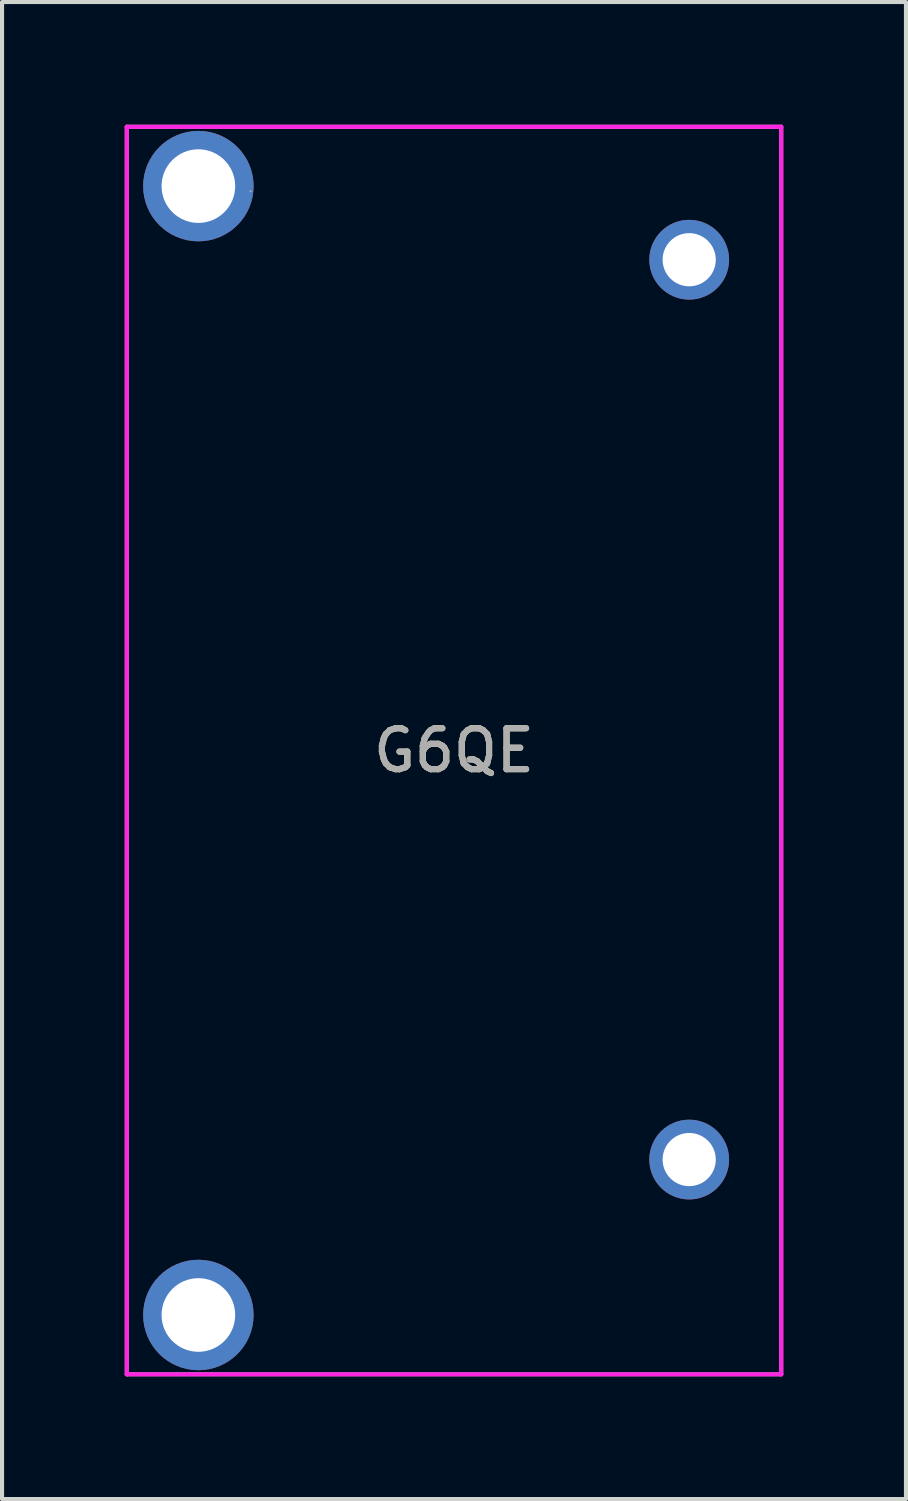
<source format=kicad_pcb>
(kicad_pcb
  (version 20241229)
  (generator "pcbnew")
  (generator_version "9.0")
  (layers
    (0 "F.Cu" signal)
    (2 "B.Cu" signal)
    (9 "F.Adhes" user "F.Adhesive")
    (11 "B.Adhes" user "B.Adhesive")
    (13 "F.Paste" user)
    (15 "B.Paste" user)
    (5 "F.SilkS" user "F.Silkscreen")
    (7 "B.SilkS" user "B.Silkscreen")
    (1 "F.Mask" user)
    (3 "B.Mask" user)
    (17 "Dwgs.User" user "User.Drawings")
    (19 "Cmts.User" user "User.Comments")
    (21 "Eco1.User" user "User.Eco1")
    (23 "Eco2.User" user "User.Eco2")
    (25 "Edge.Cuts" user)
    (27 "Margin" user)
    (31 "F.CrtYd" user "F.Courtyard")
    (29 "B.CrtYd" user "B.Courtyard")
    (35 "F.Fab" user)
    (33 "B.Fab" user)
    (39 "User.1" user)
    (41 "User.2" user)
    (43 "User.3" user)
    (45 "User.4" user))
  (footprint "G6QE"
    (layer "F.Cu")
    (at 8.05 15.3)
    (property "Reference" "G6QE" (at 0 0 0) (unlocked yes) (layer "F.SilkS") (effects (font (size 1 1) (thickness 0.15))))
    (attr through_hole)
    (fp_line (start -8 -15.25) (end 8 -15.25) (stroke (width 0.1) (type solid)) (layer "F.CrtYd"))
    (fp_line (start -8 15.25) (end -8 -15.25) (stroke (width 0.1) (type solid)) (layer "F.CrtYd"))
    (fp_line (start 8 -15.25) (end 8 15.25) (stroke (width 0.1) (type solid)) (layer "F.CrtYd"))
    (fp_line (start 8 15.25) (end -8 15.25) (stroke (width 0.1) (type solid)) (layer "F.CrtYd"))
    (fp_line (start -8 -15.25) (end -8 15.25) (stroke (width 0.1) (type solid)) (layer "F.Fab"))
    (fp_line (start -8 15.25) (end 8 15.25) (stroke (width 0.1) (type solid)) (layer "F.Fab"))
    (fp_line (start 8 -15.25) (end -8 -15.25) (stroke (width 0.1) (type solid)) (layer "F.Fab"))
    (fp_line (start 8 15.25) (end 8 -15.25) (stroke (width 0.1) (type solid)) (layer "F.Fab"))
    (fp_circle (center -4.973 -13.675) (end -4.973 -13.675) (stroke (width 0.025) (type solid)) (fill no) (layer "F.Fab"))
    (fp_text user "${REFERENCE}" (at 0 0 0) (unlocked yes) (layer "F.Fab") (effects (font (size 1 1) (thickness 0.15))))
    (pad "1" thru_hole circle (at 5.75 -12) (size 1.95 1.95) (drill 1.3) (layers "*.Cu" "*.Mask"))
    (pad "2" thru_hole circle (at 5.75 10) (size 1.95 1.95) (drill 1.3) (layers "*.Cu" "*.Mask"))
    (pad "3" thru_hole circle (at -6.25 13.8) (size 2.7 2.7) (drill 1.8) (layers "*.Cu" "*.Mask"))
    (pad "4" thru_hole circle (at -6.25 -13.8) (size 2.7 2.7) (drill 1.8) (layers "*.Cu" "*.Mask")))
  (gr_rect
    (start -3 -3)
    (end 19.1 33.6)
    (stroke (width 0.1) (type default))
    (fill no)
    (layer "Edge.Cuts")))
</source>
